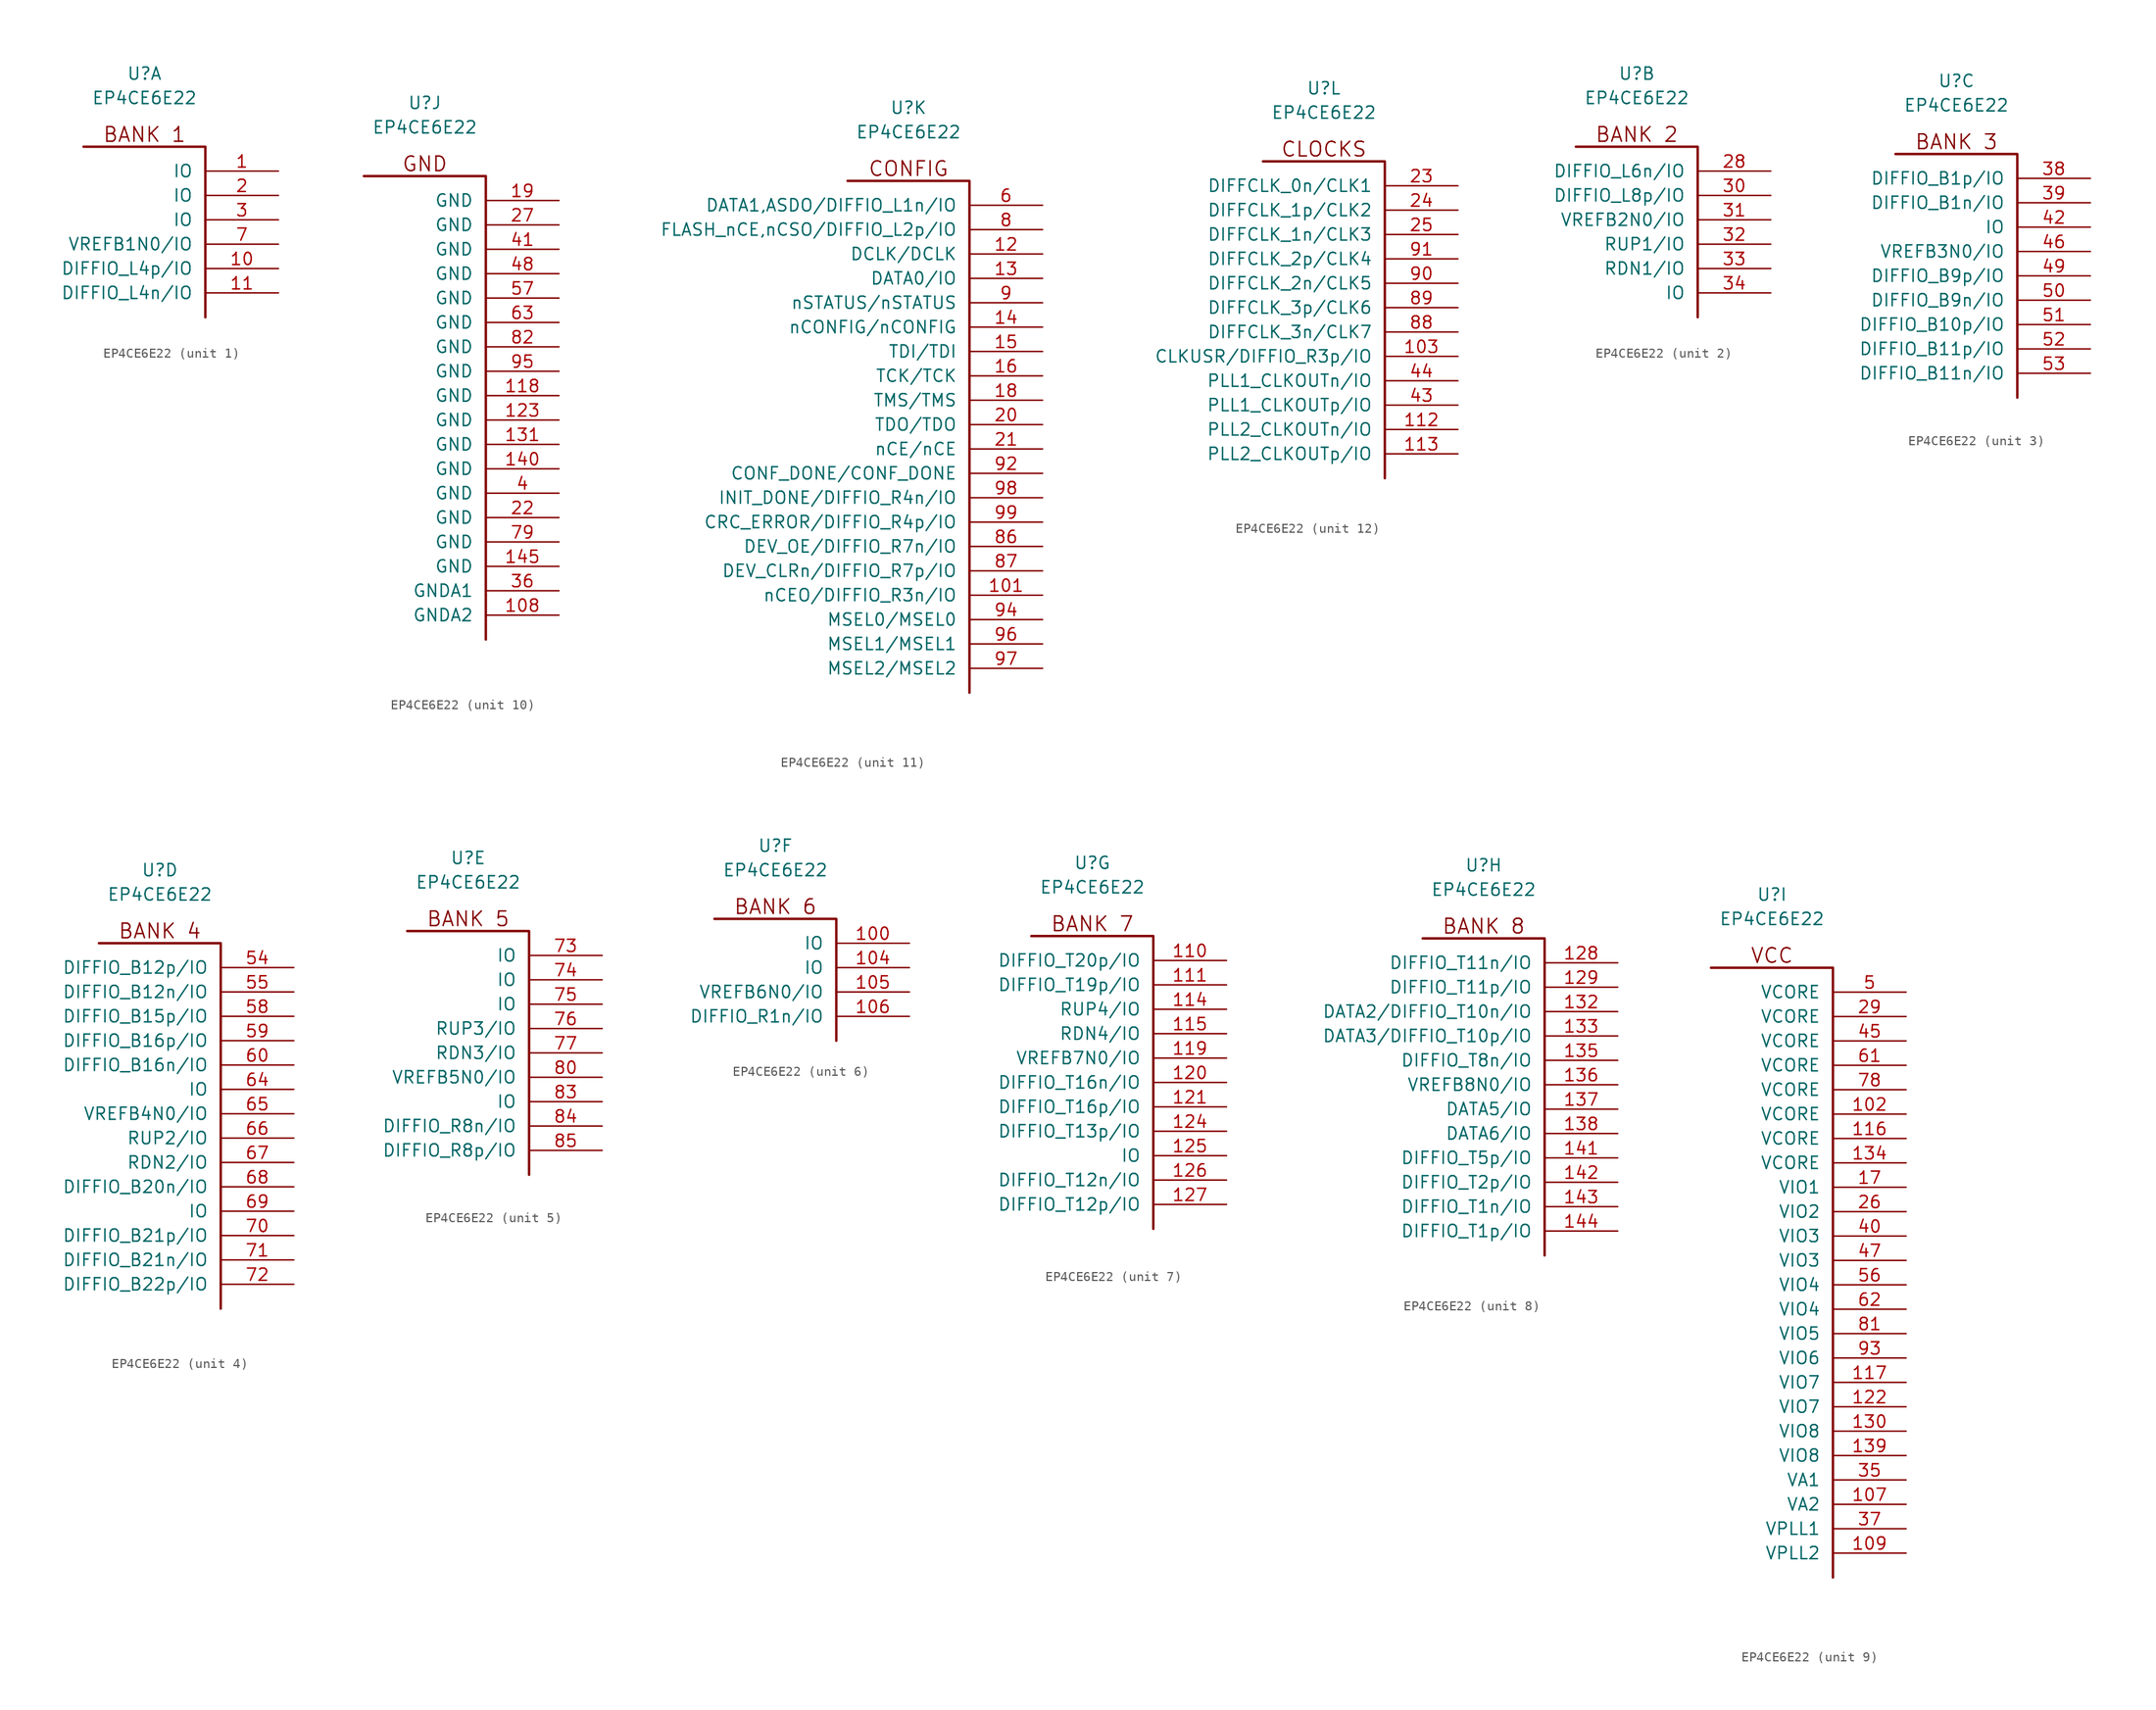
<source format=kicad_sym>
(kicad_symbol_lib
  (version 20220914)
  (generator kicad_symbol_editor)
  (symbol "EP4CE6E22"
    (pin_names
      (offset 1.27))
    (property "Reference" "U"
      (at 0 7.62 0)
      (effects (font (size 1.27 1.27))))
    (property "Value" "EP4CE6E22"
      (at 0 5.08 0)
      (effects (font (size 1.27 1.27))))
    (property "ki_locked" ""
      (at 0 0 0)
      (effects (font (size 1.27 1.27))))
    (symbol "EP4CE6E22_1_0"
      (text "BANK 1" (at 0 1.27 0) (effects (font (size 1.524 1.524)))))
    (symbol "EP4CE6E22_1_1"
      (polyline (pts (xy 6.35 -17.78) (xy 6.35 0) (xy -6.35 0)) (stroke (width 0.254) (type solid)) (fill (type none)))
      (pin tri_state line (at 13.97 -2.54 180) (length 7.62) (name "IO" (effects (font (size 1.27 1.27)))) (number "1" (effects (font (size 1.27 1.27)))))
      (pin tri_state line (at 13.97 -12.7 180) (length 7.62) (name "DIFFIO_L4p/IO" (effects (font (size 1.27 1.27)))) (number "10" (effects (font (size 1.27 1.27)))))
      (pin tri_state line (at 13.97 -15.24 180) (length 7.62) (name "DIFFIO_L4n/IO" (effects (font (size 1.27 1.27)))) (number "11" (effects (font (size 1.27 1.27)))))
      (pin tri_state line (at 13.97 -5.08 180) (length 7.62) (name "IO" (effects (font (size 1.27 1.27)))) (number "2" (effects (font (size 1.27 1.27)))))
      (pin tri_state line (at 13.97 -7.62 180) (length 7.62) (name "IO" (effects (font (size 1.27 1.27)))) (number "3" (effects (font (size 1.27 1.27)))))
      (pin tri_state line (at 13.97 -10.16 180) (length 7.62) (name "VREFB1N0/IO" (effects (font (size 1.27 1.27)))) (number "7" (effects (font (size 1.27 1.27))))))
    (symbol "EP4CE6E22_2_0"
      (polyline (pts (xy 6.35 -17.78) (xy 6.35 0) (xy -6.35 0)) (stroke (width 0.254) (type solid)) (fill (type none)))
      (text "BANK 2" (at 0 1.27 0) (effects (font (size 1.524 1.524)))))
    (symbol "EP4CE6E22_2_1"
      (pin tri_state line (at 13.97 -2.54 180) (length 7.62) (name "DIFFIO_L6n/IO" (effects (font (size 1.27 1.27)))) (number "28" (effects (font (size 1.27 1.27)))))
      (pin tri_state line (at 13.97 -5.08 180) (length 7.62) (name "DIFFIO_L8p/IO" (effects (font (size 1.27 1.27)))) (number "30" (effects (font (size 1.27 1.27)))))
      (pin tri_state line (at 13.97 -7.62 180) (length 7.62) (name "VREFB2N0/IO" (effects (font (size 1.27 1.27)))) (number "31" (effects (font (size 1.27 1.27)))))
      (pin tri_state line (at 13.97 -10.16 180) (length 7.62) (name "RUP1/IO" (effects (font (size 1.27 1.27)))) (number "32" (effects (font (size 1.27 1.27)))))
      (pin tri_state line (at 13.97 -12.7 180) (length 7.62) (name "RDN1/IO" (effects (font (size 1.27 1.27)))) (number "33" (effects (font (size 1.27 1.27)))))
      (pin tri_state line (at 13.97 -15.24 180) (length 7.62) (name "IO" (effects (font (size 1.27 1.27)))) (number "34" (effects (font (size 1.27 1.27))))))
    (symbol "EP4CE6E22_3_0"
      (polyline (pts (xy 6.35 -25.4) (xy 6.35 0) (xy -6.35 0)) (stroke (width 0.254) (type solid)) (fill (type none)))
      (text "BANK 3" (at 0 1.27 0) (effects (font (size 1.524 1.524)))))
    (symbol "EP4CE6E22_3_1"
      (pin tri_state line (at 13.97 -2.54 180) (length 7.62) (name "DIFFIO_B1p/IO" (effects (font (size 1.27 1.27)))) (number "38" (effects (font (size 1.27 1.27)))))
      (pin tri_state line (at 13.97 -5.08 180) (length 7.62) (name "DIFFIO_B1n/IO" (effects (font (size 1.27 1.27)))) (number "39" (effects (font (size 1.27 1.27)))))
      (pin tri_state line (at 13.97 -7.62 180) (length 7.62) (name "IO" (effects (font (size 1.27 1.27)))) (number "42" (effects (font (size 1.27 1.27)))))
      (pin tri_state line (at 13.97 -10.16 180) (length 7.62) (name "VREFB3N0/IO" (effects (font (size 1.27 1.27)))) (number "46" (effects (font (size 1.27 1.27)))))
      (pin tri_state line (at 13.97 -12.7 180) (length 7.62) (name "DIFFIO_B9p/IO" (effects (font (size 1.27 1.27)))) (number "49" (effects (font (size 1.27 1.27)))))
      (pin tri_state line (at 13.97 -15.24 180) (length 7.62) (name "DIFFIO_B9n/IO" (effects (font (size 1.27 1.27)))) (number "50" (effects (font (size 1.27 1.27)))))
      (pin tri_state line (at 13.97 -17.78 180) (length 7.62) (name "DIFFIO_B10p/IO" (effects (font (size 1.27 1.27)))) (number "51" (effects (font (size 1.27 1.27)))))
      (pin tri_state line (at 13.97 -20.32 180) (length 7.62) (name "DIFFIO_B11p/IO" (effects (font (size 1.27 1.27)))) (number "52" (effects (font (size 1.27 1.27)))))
      (pin tri_state line (at 13.97 -22.86 180) (length 7.62) (name "DIFFIO_B11n/IO" (effects (font (size 1.27 1.27)))) (number "53" (effects (font (size 1.27 1.27))))))
    (symbol "EP4CE6E22_4_0"
      (polyline (pts (xy 6.35 -38.1) (xy 6.35 0) (xy -6.35 0)) (stroke (width 0.254) (type solid)) (fill (type none)))
      (text "BANK 4" (at 0 1.27 0) (effects (font (size 1.524 1.524)))))
    (symbol "EP4CE6E22_4_1"
      (pin tri_state line (at 13.97 -2.54 180) (length 7.62) (name "DIFFIO_B12p/IO" (effects (font (size 1.27 1.27)))) (number "54" (effects (font (size 1.27 1.27)))))
      (pin tri_state line (at 13.97 -5.08 180) (length 7.62) (name "DIFFIO_B12n/IO" (effects (font (size 1.27 1.27)))) (number "55" (effects (font (size 1.27 1.27)))))
      (pin tri_state line (at 13.97 -7.62 180) (length 7.62) (name "DIFFIO_B15p/IO" (effects (font (size 1.27 1.27)))) (number "58" (effects (font (size 1.27 1.27)))))
      (pin tri_state line (at 13.97 -10.16 180) (length 7.62) (name "DIFFIO_B16p/IO" (effects (font (size 1.27 1.27)))) (number "59" (effects (font (size 1.27 1.27)))))
      (pin tri_state line (at 13.97 -12.7 180) (length 7.62) (name "DIFFIO_B16n/IO" (effects (font (size 1.27 1.27)))) (number "60" (effects (font (size 1.27 1.27)))))
      (pin tri_state line (at 13.97 -15.24 180) (length 7.62) (name "IO" (effects (font (size 1.27 1.27)))) (number "64" (effects (font (size 1.27 1.27)))))
      (pin tri_state line (at 13.97 -17.78 180) (length 7.62) (name "VREFB4N0/IO" (effects (font (size 1.27 1.27)))) (number "65" (effects (font (size 1.27 1.27)))))
      (pin tri_state line (at 13.97 -20.32 180) (length 7.62) (name "RUP2/IO" (effects (font (size 1.27 1.27)))) (number "66" (effects (font (size 1.27 1.27)))))
      (pin tri_state line (at 13.97 -22.86 180) (length 7.62) (name "RDN2/IO" (effects (font (size 1.27 1.27)))) (number "67" (effects (font (size 1.27 1.27)))))
      (pin tri_state line (at 13.97 -25.4 180) (length 7.62) (name "DIFFIO_B20n/IO" (effects (font (size 1.27 1.27)))) (number "68" (effects (font (size 1.27 1.27)))))
      (pin tri_state line (at 13.97 -27.94 180) (length 7.62) (name "IO" (effects (font (size 1.27 1.27)))) (number "69" (effects (font (size 1.27 1.27)))))
      (pin tri_state line (at 13.97 -30.48 180) (length 7.62) (name "DIFFIO_B21p/IO" (effects (font (size 1.27 1.27)))) (number "70" (effects (font (size 1.27 1.27)))))
      (pin tri_state line (at 13.97 -33.02 180) (length 7.62) (name "DIFFIO_B21n/IO" (effects (font (size 1.27 1.27)))) (number "71" (effects (font (size 1.27 1.27)))))
      (pin tri_state line (at 13.97 -35.56 180) (length 7.62) (name "DIFFIO_B22p/IO" (effects (font (size 1.27 1.27)))) (number "72" (effects (font (size 1.27 1.27))))))
    (symbol "EP4CE6E22_5_0"
      (polyline (pts (xy 6.35 -25.4) (xy 6.35 0) (xy -6.35 0)) (stroke (width 0.254) (type solid)) (fill (type none)))
      (text "BANK 5" (at 0 1.27 0) (effects (font (size 1.524 1.524)))))
    (symbol "EP4CE6E22_5_1"
      (pin tri_state line (at 13.97 -2.54 180) (length 7.62) (name "IO" (effects (font (size 1.27 1.27)))) (number "73" (effects (font (size 1.27 1.27)))))
      (pin tri_state line (at 13.97 -5.08 180) (length 7.62) (name "IO" (effects (font (size 1.27 1.27)))) (number "74" (effects (font (size 1.27 1.27)))))
      (pin tri_state line (at 13.97 -7.62 180) (length 7.62) (name "IO" (effects (font (size 1.27 1.27)))) (number "75" (effects (font (size 1.27 1.27)))))
      (pin tri_state line (at 13.97 -10.16 180) (length 7.62) (name "RUP3/IO" (effects (font (size 1.27 1.27)))) (number "76" (effects (font (size 1.27 1.27)))))
      (pin tri_state line (at 13.97 -12.7 180) (length 7.62) (name "RDN3/IO" (effects (font (size 1.27 1.27)))) (number "77" (effects (font (size 1.27 1.27)))))
      (pin tri_state line (at 13.97 -15.24 180) (length 7.62) (name "VREFB5N0/IO" (effects (font (size 1.27 1.27)))) (number "80" (effects (font (size 1.27 1.27)))))
      (pin tri_state line (at 13.97 -17.78 180) (length 7.62) (name "IO" (effects (font (size 1.27 1.27)))) (number "83" (effects (font (size 1.27 1.27)))))
      (pin tri_state line (at 13.97 -20.32 180) (length 7.62) (name "DIFFIO_R8n/IO" (effects (font (size 1.27 1.27)))) (number "84" (effects (font (size 1.27 1.27)))))
      (pin tri_state line (at 13.97 -22.86 180) (length 7.62) (name "DIFFIO_R8p/IO" (effects (font (size 1.27 1.27)))) (number "85" (effects (font (size 1.27 1.27))))))
    (symbol "EP4CE6E22_6_0"
      (polyline (pts (xy 6.35 -12.7) (xy 6.35 0) (xy -6.35 0)) (stroke (width 0.254) (type solid)) (fill (type none)))
      (text "BANK 6" (at 0 1.27 0) (effects (font (size 1.524 1.524)))))
    (symbol "EP4CE6E22_6_1"
      (pin tri_state line (at 13.97 -2.54 180) (length 7.62) (name "IO" (effects (font (size 1.27 1.27)))) (number "100" (effects (font (size 1.27 1.27)))))
      (pin tri_state line (at 13.97 -5.08 180) (length 7.62) (name "IO" (effects (font (size 1.27 1.27)))) (number "104" (effects (font (size 1.27 1.27)))))
      (pin tri_state line (at 13.97 -7.62 180) (length 7.62) (name "VREFB6N0/IO" (effects (font (size 1.27 1.27)))) (number "105" (effects (font (size 1.27 1.27)))))
      (pin tri_state line (at 13.97 -10.16 180) (length 7.62) (name "DIFFIO_R1n/IO" (effects (font (size 1.27 1.27)))) (number "106" (effects (font (size 1.27 1.27))))))
    (symbol "EP4CE6E22_7_0"
      (polyline (pts (xy 6.35 -30.48) (xy 6.35 0) (xy -6.35 0)) (stroke (width 0.254) (type solid)) (fill (type none)))
      (text "BANK 7" (at 0 1.27 0) (effects (font (size 1.524 1.524)))))
    (symbol "EP4CE6E22_7_1"
      (pin tri_state line (at 13.97 -2.54 180) (length 7.62) (name "DIFFIO_T20p/IO" (effects (font (size 1.27 1.27)))) (number "110" (effects (font (size 1.27 1.27)))))
      (pin tri_state line (at 13.97 -5.08 180) (length 7.62) (name "DIFFIO_T19p/IO" (effects (font (size 1.27 1.27)))) (number "111" (effects (font (size 1.27 1.27)))))
      (pin tri_state line (at 13.97 -7.62 180) (length 7.62) (name "RUP4/IO" (effects (font (size 1.27 1.27)))) (number "114" (effects (font (size 1.27 1.27)))))
      (pin tri_state line (at 13.97 -10.16 180) (length 7.62) (name "RDN4/IO" (effects (font (size 1.27 1.27)))) (number "115" (effects (font (size 1.27 1.27)))))
      (pin tri_state line (at 13.97 -12.7 180) (length 7.62) (name "VREFB7N0/IO" (effects (font (size 1.27 1.27)))) (number "119" (effects (font (size 1.27 1.27)))))
      (pin tri_state line (at 13.97 -15.24 180) (length 7.62) (name "DIFFIO_T16n/IO" (effects (font (size 1.27 1.27)))) (number "120" (effects (font (size 1.27 1.27)))))
      (pin tri_state line (at 13.97 -17.78 180) (length 7.62) (name "DIFFIO_T16p/IO" (effects (font (size 1.27 1.27)))) (number "121" (effects (font (size 1.27 1.27)))))
      (pin tri_state line (at 13.97 -20.32 180) (length 7.62) (name "DIFFIO_T13p/IO" (effects (font (size 1.27 1.27)))) (number "124" (effects (font (size 1.27 1.27)))))
      (pin tri_state line (at 13.97 -22.86 180) (length 7.62) (name "IO" (effects (font (size 1.27 1.27)))) (number "125" (effects (font (size 1.27 1.27)))))
      (pin tri_state line (at 13.97 -25.4 180) (length 7.62) (name "DIFFIO_T12n/IO" (effects (font (size 1.27 1.27)))) (number "126" (effects (font (size 1.27 1.27)))))
      (pin tri_state line (at 13.97 -27.94 180) (length 7.62) (name "DIFFIO_T12p/IO" (effects (font (size 1.27 1.27)))) (number "127" (effects (font (size 1.27 1.27))))))
    (symbol "EP4CE6E22_8_0"
      (polyline (pts (xy 6.35 -33.02) (xy 6.35 0) (xy -6.35 0)) (stroke (width 0.254) (type solid)) (fill (type none)))
      (text "BANK 8" (at 0 1.27 0) (effects (font (size 1.524 1.524)))))
    (symbol "EP4CE6E22_8_1"
      (pin tri_state line (at 13.97 -2.54 180) (length 7.62) (name "DIFFIO_T11n/IO" (effects (font (size 1.27 1.27)))) (number "128" (effects (font (size 1.27 1.27)))))
      (pin tri_state line (at 13.97 -5.08 180) (length 7.62) (name "DIFFIO_T11p/IO" (effects (font (size 1.27 1.27)))) (number "129" (effects (font (size 1.27 1.27)))))
      (pin tri_state line (at 13.97 -7.62 180) (length 7.62) (name "DATA2/DIFFIO_T10n/IO" (effects (font (size 1.27 1.27)))) (number "132" (effects (font (size 1.27 1.27)))))
      (pin tri_state line (at 13.97 -10.16 180) (length 7.62) (name "DATA3/DIFFIO_T10p/IO" (effects (font (size 1.27 1.27)))) (number "133" (effects (font (size 1.27 1.27)))))
      (pin tri_state line (at 13.97 -12.7 180) (length 7.62) (name "DIFFIO_T8n/IO" (effects (font (size 1.27 1.27)))) (number "135" (effects (font (size 1.27 1.27)))))
      (pin tri_state line (at 13.97 -15.24 180) (length 7.62) (name "VREFB8N0/IO" (effects (font (size 1.27 1.27)))) (number "136" (effects (font (size 1.27 1.27)))))
      (pin tri_state line (at 13.97 -17.78 180) (length 7.62) (name "DATA5/IO" (effects (font (size 1.27 1.27)))) (number "137" (effects (font (size 1.27 1.27)))))
      (pin tri_state line (at 13.97 -20.32 180) (length 7.62) (name "DATA6/IO" (effects (font (size 1.27 1.27)))) (number "138" (effects (font (size 1.27 1.27)))))
      (pin tri_state line (at 13.97 -22.86 180) (length 7.62) (name "DIFFIO_T5p/IO" (effects (font (size 1.27 1.27)))) (number "141" (effects (font (size 1.27 1.27)))))
      (pin tri_state line (at 13.97 -25.4 180) (length 7.62) (name "DIFFIO_T2p/IO" (effects (font (size 1.27 1.27)))) (number "142" (effects (font (size 1.27 1.27)))))
      (pin tri_state line (at 13.97 -27.94 180) (length 7.62) (name "DIFFIO_T1n/IO" (effects (font (size 1.27 1.27)))) (number "143" (effects (font (size 1.27 1.27)))))
      (pin tri_state line (at 13.97 -30.48 180) (length 7.62) (name "DIFFIO_T1p/IO" (effects (font (size 1.27 1.27)))) (number "144" (effects (font (size 1.27 1.27))))))
    (symbol "EP4CE6E22_9_0"
      (polyline (pts (xy 6.35 -63.5) (xy 6.35 0) (xy -6.35 0)) (stroke (width 0.254) (type solid)) (fill (type none)))
      (text "VCC" (at 0 1.27 0) (effects (font (size 1.524 1.524)))))
    (symbol "EP4CE6E22_9_1"
      (pin power_in line (at 13.97 -15.24 180) (length 7.62) (name "VCORE" (effects (font (size 1.27 1.27)))) (number "102" (effects (font (size 1.27 1.27)))))
      (pin power_in line (at 13.97 -55.88 180) (length 7.62) (name "VA2" (effects (font (size 1.27 1.27)))) (number "107" (effects (font (size 1.27 1.27)))))
      (pin power_in line (at 13.97 -60.96 180) (length 7.62) (name "VPLL2" (effects (font (size 1.27 1.27)))) (number "109" (effects (font (size 1.27 1.27)))))
      (pin power_in line (at 13.97 -17.78 180) (length 7.62) (name "VCORE" (effects (font (size 1.27 1.27)))) (number "116" (effects (font (size 1.27 1.27)))))
      (pin power_in line (at 13.97 -43.18 180) (length 7.62) (name "VIO7" (effects (font (size 1.27 1.27)))) (number "117" (effects (font (size 1.27 1.27)))))
      (pin power_in line (at 13.97 -45.72 180) (length 7.62) (name "VIO7" (effects (font (size 1.27 1.27)))) (number "122" (effects (font (size 1.27 1.27)))))
      (pin power_in line (at 13.97 -48.26 180) (length 7.62) (name "VIO8" (effects (font (size 1.27 1.27)))) (number "130" (effects (font (size 1.27 1.27)))))
      (pin power_in line (at 13.97 -20.32 180) (length 7.62) (name "VCORE" (effects (font (size 1.27 1.27)))) (number "134" (effects (font (size 1.27 1.27)))))
      (pin power_in line (at 13.97 -50.8 180) (length 7.62) (name "VIO8" (effects (font (size 1.27 1.27)))) (number "139" (effects (font (size 1.27 1.27)))))
      (pin power_in line (at 13.97 -22.86 180) (length 7.62) (name "VIO1" (effects (font (size 1.27 1.27)))) (number "17" (effects (font (size 1.27 1.27)))))
      (pin power_in line (at 13.97 -25.4 180) (length 7.62) (name "VIO2" (effects (font (size 1.27 1.27)))) (number "26" (effects (font (size 1.27 1.27)))))
      (pin power_in line (at 13.97 -5.08 180) (length 7.62) (name "VCORE" (effects (font (size 1.27 1.27)))) (number "29" (effects (font (size 1.27 1.27)))))
      (pin power_in line (at 13.97 -53.34 180) (length 7.62) (name "VA1" (effects (font (size 1.27 1.27)))) (number "35" (effects (font (size 1.27 1.27)))))
      (pin power_in line (at 13.97 -58.42 180) (length 7.62) (name "VPLL1" (effects (font (size 1.27 1.27)))) (number "37" (effects (font (size 1.27 1.27)))))
      (pin power_in line (at 13.97 -27.94 180) (length 7.62) (name "VIO3" (effects (font (size 1.27 1.27)))) (number "40" (effects (font (size 1.27 1.27)))))
      (pin power_in line (at 13.97 -7.62 180) (length 7.62) (name "VCORE" (effects (font (size 1.27 1.27)))) (number "45" (effects (font (size 1.27 1.27)))))
      (pin power_in line (at 13.97 -30.48 180) (length 7.62) (name "VIO3" (effects (font (size 1.27 1.27)))) (number "47" (effects (font (size 1.27 1.27)))))
      (pin power_in line (at 13.97 -2.54 180) (length 7.62) (name "VCORE" (effects (font (size 1.27 1.27)))) (number "5" (effects (font (size 1.27 1.27)))))
      (pin power_in line (at 13.97 -33.02 180) (length 7.62) (name "VIO4" (effects (font (size 1.27 1.27)))) (number "56" (effects (font (size 1.27 1.27)))))
      (pin power_in line (at 13.97 -10.16 180) (length 7.62) (name "VCORE" (effects (font (size 1.27 1.27)))) (number "61" (effects (font (size 1.27 1.27)))))
      (pin power_in line (at 13.97 -35.56 180) (length 7.62) (name "VIO4" (effects (font (size 1.27 1.27)))) (number "62" (effects (font (size 1.27 1.27)))))
      (pin power_in line (at 13.97 -12.7 180) (length 7.62) (name "VCORE" (effects (font (size 1.27 1.27)))) (number "78" (effects (font (size 1.27 1.27)))))
      (pin power_in line (at 13.97 -38.1 180) (length 7.62) (name "VIO5" (effects (font (size 1.27 1.27)))) (number "81" (effects (font (size 1.27 1.27)))))
      (pin power_in line (at 13.97 -40.64 180) (length 7.62) (name "VIO6" (effects (font (size 1.27 1.27)))) (number "93" (effects (font (size 1.27 1.27))))))
    (symbol "EP4CE6E22_10_0"
      (polyline (pts (xy 6.35 -48.26) (xy 6.35 0) (xy -6.35 0)) (stroke (width 0.254) (type solid)) (fill (type none)))
      (text "GND" (at 0 1.27 0) (effects (font (size 1.524 1.524)))))
    (symbol "EP4CE6E22_10_1"
      (pin power_in line (at 13.97 -45.72 180) (length 7.62) (name "GNDA2" (effects (font (size 1.27 1.27)))) (number "108" (effects (font (size 1.27 1.27)))))
      (pin power_in line (at 13.97 -22.86 180) (length 7.62) (name "GND" (effects (font (size 1.27 1.27)))) (number "118" (effects (font (size 1.27 1.27)))))
      (pin power_in line (at 13.97 -25.4 180) (length 7.62) (name "GND" (effects (font (size 1.27 1.27)))) (number "123" (effects (font (size 1.27 1.27)))))
      (pin power_in line (at 13.97 -27.94 180) (length 7.62) (name "GND" (effects (font (size 1.27 1.27)))) (number "131" (effects (font (size 1.27 1.27)))))
      (pin power_in line (at 13.97 -30.48 180) (length 7.62) (name "GND" (effects (font (size 1.27 1.27)))) (number "140" (effects (font (size 1.27 1.27)))))
      (pin power_in line (at 13.97 -40.64 180) (length 7.62) (name "GND" (effects (font (size 1.27 1.27)))) (number "145" (effects (font (size 1.27 1.27)))))
      (pin power_in line (at 13.97 -2.54 180) (length 7.62) (name "GND" (effects (font (size 1.27 1.27)))) (number "19" (effects (font (size 1.27 1.27)))))
      (pin power_in line (at 13.97 -35.56 180) (length 7.62) (name "GND" (effects (font (size 1.27 1.27)))) (number "22" (effects (font (size 1.27 1.27)))))
      (pin power_in line (at 13.97 -5.08 180) (length 7.62) (name "GND" (effects (font (size 1.27 1.27)))) (number "27" (effects (font (size 1.27 1.27)))))
      (pin power_in line (at 13.97 -43.18 180) (length 7.62) (name "GNDA1" (effects (font (size 1.27 1.27)))) (number "36" (effects (font (size 1.27 1.27)))))
      (pin power_in line (at 13.97 -33.02 180) (length 7.62) (name "GND" (effects (font (size 1.27 1.27)))) (number "4" (effects (font (size 1.27 1.27)))))
      (pin power_in line (at 13.97 -7.62 180) (length 7.62) (name "GND" (effects (font (size 1.27 1.27)))) (number "41" (effects (font (size 1.27 1.27)))))
      (pin power_in line (at 13.97 -10.16 180) (length 7.62) (name "GND" (effects (font (size 1.27 1.27)))) (number "48" (effects (font (size 1.27 1.27)))))
      (pin power_in line (at 13.97 -12.7 180) (length 7.62) (name "GND" (effects (font (size 1.27 1.27)))) (number "57" (effects (font (size 1.27 1.27)))))
      (pin power_in line (at 13.97 -15.24 180) (length 7.62) (name "GND" (effects (font (size 1.27 1.27)))) (number "63" (effects (font (size 1.27 1.27)))))
      (pin power_in line (at 13.97 -38.1 180) (length 7.62) (name "GND" (effects (font (size 1.27 1.27)))) (number "79" (effects (font (size 1.27 1.27)))))
      (pin power_in line (at 13.97 -17.78 180) (length 7.62) (name "GND" (effects (font (size 1.27 1.27)))) (number "82" (effects (font (size 1.27 1.27)))))
      (pin power_in line (at 13.97 -20.32 180) (length 7.62) (name "GND" (effects (font (size 1.27 1.27)))) (number "95" (effects (font (size 1.27 1.27))))))
    (symbol "EP4CE6E22_11_0"
      (text "CONFIG" (at 0 1.27 0) (effects (font (size 1.524 1.524)))))
    (symbol "EP4CE6E22_11_1"
      (polyline (pts (xy 6.35 -53.34) (xy 6.35 0) (xy -6.35 0)) (stroke (width 0.254) (type solid)) (fill (type none)))
      (pin tri_state line (at 13.97 -43.18 180) (length 7.62) (name "nCEO/DIFFIO_R3n/IO" (effects (font (size 1.27 1.27)))) (number "101" (effects (font (size 1.27 1.27)))))
      (pin tri_state line (at 13.97 -7.62 180) (length 7.62) (name "DCLK/DCLK" (effects (font (size 1.27 1.27)))) (number "12" (effects (font (size 1.27 1.27)))))
      (pin tri_state line (at 13.97 -10.16 180) (length 7.62) (name "DATA0/IO" (effects (font (size 1.27 1.27)))) (number "13" (effects (font (size 1.27 1.27)))))
      (pin tri_state line (at 13.97 -15.24 180) (length 7.62) (name "nCONFIG/nCONFIG" (effects (font (size 1.27 1.27)))) (number "14" (effects (font (size 1.27 1.27)))))
      (pin tri_state line (at 13.97 -17.78 180) (length 7.62) (name "TDI/TDI" (effects (font (size 1.27 1.27)))) (number "15" (effects (font (size 1.27 1.27)))))
      (pin tri_state line (at 13.97 -20.32 180) (length 7.62) (name "TCK/TCK" (effects (font (size 1.27 1.27)))) (number "16" (effects (font (size 1.27 1.27)))))
      (pin tri_state line (at 13.97 -22.86 180) (length 7.62) (name "TMS/TMS" (effects (font (size 1.27 1.27)))) (number "18" (effects (font (size 1.27 1.27)))))
      (pin tri_state line (at 13.97 -25.4 180) (length 7.62) (name "TDO/TDO" (effects (font (size 1.27 1.27)))) (number "20" (effects (font (size 1.27 1.27)))))
      (pin tri_state line (at 13.97 -27.94 180) (length 7.62) (name "nCE/nCE" (effects (font (size 1.27 1.27)))) (number "21" (effects (font (size 1.27 1.27)))))
      (pin tri_state line (at 13.97 -2.54 180) (length 7.62) (name "DATA1,ASDO/DIFFIO_L1n/IO" (effects (font (size 1.27 1.27)))) (number "6" (effects (font (size 1.27 1.27)))))
      (pin tri_state line (at 13.97 -5.08 180) (length 7.62) (name "FLASH_nCE,nCSO/DIFFIO_L2p/IO" (effects (font (size 1.27 1.27)))) (number "8" (effects (font (size 1.27 1.27)))))
      (pin tri_state line (at 13.97 -38.1 180) (length 7.62) (name "DEV_OE/DIFFIO_R7n/IO" (effects (font (size 1.27 1.27)))) (number "86" (effects (font (size 1.27 1.27)))))
      (pin tri_state line (at 13.97 -40.64 180) (length 7.62) (name "DEV_CLRn/DIFFIO_R7p/IO" (effects (font (size 1.27 1.27)))) (number "87" (effects (font (size 1.27 1.27)))))
      (pin tri_state line (at 13.97 -12.7 180) (length 7.62) (name "nSTATUS/nSTATUS" (effects (font (size 1.27 1.27)))) (number "9" (effects (font (size 1.27 1.27)))))
      (pin tri_state line (at 13.97 -30.48 180) (length 7.62) (name "CONF_DONE/CONF_DONE" (effects (font (size 1.27 1.27)))) (number "92" (effects (font (size 1.27 1.27)))))
      (pin tri_state line (at 13.97 -45.72 180) (length 7.62) (name "MSEL0/MSEL0" (effects (font (size 1.27 1.27)))) (number "94" (effects (font (size 1.27 1.27)))))
      (pin tri_state line (at 13.97 -48.26 180) (length 7.62) (name "MSEL1/MSEL1" (effects (font (size 1.27 1.27)))) (number "96" (effects (font (size 1.27 1.27)))))
      (pin tri_state line (at 13.97 -50.8 180) (length 7.62) (name "MSEL2/MSEL2" (effects (font (size 1.27 1.27)))) (number "97" (effects (font (size 1.27 1.27)))))
      (pin tri_state line (at 13.97 -33.02 180) (length 7.62) (name "INIT_DONE/DIFFIO_R4n/IO" (effects (font (size 1.27 1.27)))) (number "98" (effects (font (size 1.27 1.27)))))
      (pin tri_state line (at 13.97 -35.56 180) (length 7.62) (name "CRC_ERROR/DIFFIO_R4p/IO" (effects (font (size 1.27 1.27)))) (number "99" (effects (font (size 1.27 1.27))))))
    (symbol "EP4CE6E22_12_0"
      (text "CLOCKS" (at 0 1.27 0) (effects (font (size 1.524 1.524)))))
    (symbol "EP4CE6E22_12_1"
      (polyline (pts (xy 6.35 -33.02) (xy 6.35 0) (xy -6.35 0)) (stroke (width 0.254) (type solid)) (fill (type none)))
      (pin tri_state line (at 13.97 -20.32 180) (length 7.62) (name "CLKUSR/DIFFIO_R3p/IO" (effects (font (size 1.27 1.27)))) (number "103" (effects (font (size 1.27 1.27)))))
      (pin tri_state line (at 13.97 -27.94 180) (length 7.62) (name "PLL2_CLKOUTn/IO" (effects (font (size 1.27 1.27)))) (number "112" (effects (font (size 1.27 1.27)))))
      (pin tri_state line (at 13.97 -30.48 180) (length 7.62) (name "PLL2_CLKOUTp/IO" (effects (font (size 1.27 1.27)))) (number "113" (effects (font (size 1.27 1.27)))))
      (pin tri_state line (at 13.97 -2.54 180) (length 7.62) (name "DIFFCLK_0n/CLK1" (effects (font (size 1.27 1.27)))) (number "23" (effects (font (size 1.27 1.27)))))
      (pin tri_state line (at 13.97 -5.08 180) (length 7.62) (name "DIFFCLK_1p/CLK2" (effects (font (size 1.27 1.27)))) (number "24" (effects (font (size 1.27 1.27)))))
      (pin tri_state line (at 13.97 -7.62 180) (length 7.62) (name "DIFFCLK_1n/CLK3" (effects (font (size 1.27 1.27)))) (number "25" (effects (font (size 1.27 1.27)))))
      (pin tri_state line (at 13.97 -25.4 180) (length 7.62) (name "PLL1_CLKOUTp/IO" (effects (font (size 1.27 1.27)))) (number "43" (effects (font (size 1.27 1.27)))))
      (pin tri_state line (at 13.97 -22.86 180) (length 7.62) (name "PLL1_CLKOUTn/IO" (effects (font (size 1.27 1.27)))) (number "44" (effects (font (size 1.27 1.27)))))
      (pin tri_state line (at 13.97 -17.78 180) (length 7.62) (name "DIFFCLK_3n/CLK7" (effects (font (size 1.27 1.27)))) (number "88" (effects (font (size 1.27 1.27)))))
      (pin tri_state line (at 13.97 -15.24 180) (length 7.62) (name "DIFFCLK_3p/CLK6" (effects (font (size 1.27 1.27)))) (number "89" (effects (font (size 1.27 1.27)))))
      (pin tri_state line (at 13.97 -12.7 180) (length 7.62) (name "DIFFCLK_2n/CLK5" (effects (font (size 1.27 1.27)))) (number "90" (effects (font (size 1.27 1.27)))))
      (pin tri_state line (at 13.97 -10.16 180) (length 7.62) (name "DIFFCLK_2p/CLK4" (effects (font (size 1.27 1.27)))) (number "91" (effects (font (size 1.27 1.27))))))))
</source>
